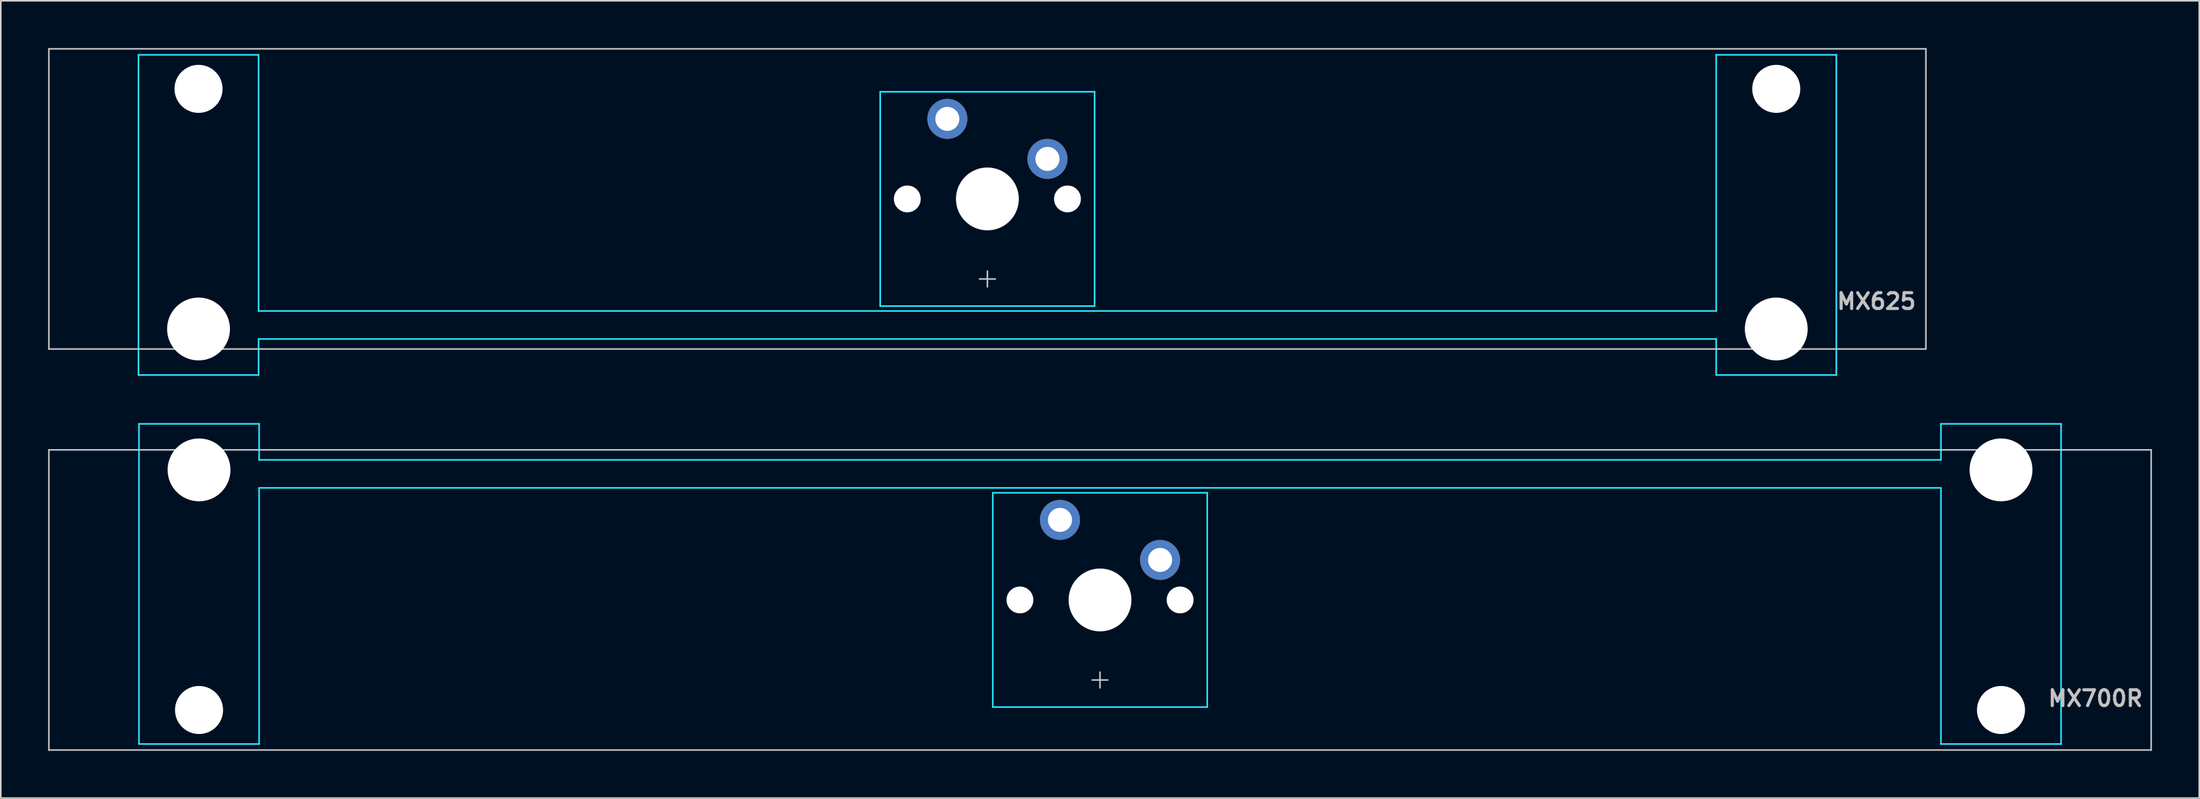
<source format=kicad_pcb>
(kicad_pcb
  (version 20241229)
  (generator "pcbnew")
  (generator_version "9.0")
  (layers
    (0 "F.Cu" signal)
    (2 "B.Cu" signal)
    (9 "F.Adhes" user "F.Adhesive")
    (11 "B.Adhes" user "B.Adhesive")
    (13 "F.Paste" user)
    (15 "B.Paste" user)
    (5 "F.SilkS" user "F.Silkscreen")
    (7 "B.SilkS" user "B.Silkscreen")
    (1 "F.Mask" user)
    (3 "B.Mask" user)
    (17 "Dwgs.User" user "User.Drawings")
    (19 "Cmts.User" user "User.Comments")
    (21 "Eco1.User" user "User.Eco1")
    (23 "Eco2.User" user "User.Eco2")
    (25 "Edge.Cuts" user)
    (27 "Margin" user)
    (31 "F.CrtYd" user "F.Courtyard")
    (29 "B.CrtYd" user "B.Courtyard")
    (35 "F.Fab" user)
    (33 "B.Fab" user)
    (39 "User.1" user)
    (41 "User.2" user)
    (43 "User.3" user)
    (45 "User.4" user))
  (footprint "MX700R"
    (layer "F.Cu")
    (at 66.725 35.027)
    (property "Reference" "MX700R" (at 66.25 6.25 0) (layer "Dwgs.User") (effects (font (size 1 1) (thickness 0.2)) (justify right)))
    (attr through_hole)
    (fp_line (start -66.675 -9.525) (end -66.675 9.525) (stroke (width 0.1) (type solid)) (layer "Dwgs.User"))
    (fp_line (start -66.675 -9.525) (end 66.675 -9.525) (stroke (width 0.1) (type solid)) (layer "Dwgs.User"))
    (fp_line (start -66.675 9.525) (end 66.675 9.525) (stroke (width 0.1) (type solid)) (layer "Dwgs.User"))
    (fp_line (start -0.5 5.08) (end 0.5 5.08) (stroke (width 0.1) (type solid)) (layer "Dwgs.User"))
    (fp_line (start 0 5.58) (end 0 4.58) (stroke (width 0.1) (type solid)) (layer "Dwgs.User"))
    (fp_line (start 66.675 -9.525) (end 66.675 9.525) (stroke (width 0.1) (type solid)) (layer "Dwgs.User"))
    (fp_line (start -60.65 -8.515) (end -60.65 5.485) (stroke (width 0.1) (type solid)) (layer "Eco1.User"))
    (fp_line (start -60.15 -9.015) (end -54.15 -9.015) (stroke (width 0.1) (type solid)) (layer "Eco1.User"))
    (fp_line (start -54.15 5.985) (end -60.15 5.985) (stroke (width 0.1) (type solid)) (layer "Eco1.User"))
    (fp_line (start -53.65 5.485) (end -53.65 -8.515) (stroke (width 0.1) (type solid)) (layer "Eco1.User"))
    (fp_line (start -7 -6.5) (end -7 6.5) (stroke (width 0.1) (type solid)) (layer "Eco1.User"))
    (fp_line (start -6.5 7) (end 6.5 7) (stroke (width 0.1) (type solid)) (layer "Eco1.User"))
    (fp_line (start 6.5 -7) (end -6.5 -7) (stroke (width 0.1) (type solid)) (layer "Eco1.User"))
    (fp_line (start 7 6.5) (end 7 -6.5) (stroke (width 0.1) (type solid)) (layer "Eco1.User"))
    (fp_line (start 53.65 -8.515) (end 53.65 5.485) (stroke (width 0.1) (type solid)) (layer "Eco1.User"))
    (fp_line (start 54.15 -9.015) (end 60.15 -9.015) (stroke (width 0.1) (type solid)) (layer "Eco1.User"))
    (fp_line (start 60.15 5.985) (end 54.15 5.985) (stroke (width 0.1) (type solid)) (layer "Eco1.User"))
    (fp_line (start 60.65 5.485) (end 60.65 -8.515) (stroke (width 0.1) (type solid)) (layer "Eco1.User"))
    (fp_arc (start -60.65 -8.515) (mid -60.503553 -8.868553) (end -60.15 -9.015) (stroke (width 0.1) (type solid)) (layer "Eco1.User"))
    (fp_arc (start -60.15 5.985) (mid -60.503553 5.838553) (end -60.65 5.485) (stroke (width 0.1) (type solid)) (layer "Eco1.User"))
    (fp_arc (start -54.15 -9.015) (mid -53.796447 -8.868553) (end -53.65 -8.515) (stroke (width 0.1) (type solid)) (layer "Eco1.User"))
    (fp_arc (start -53.65 5.485) (mid -53.796447 5.838553) (end -54.15 5.985) (stroke (width 0.1) (type solid)) (layer "Eco1.User"))
    (fp_arc (start -7 -6.5) (mid -6.853553 -6.853553) (end -6.5 -7) (stroke (width 0.1) (type solid)) (layer "Eco1.User"))
    (fp_arc (start -6.5 7) (mid -6.853553 6.853553) (end -7 6.5) (stroke (width 0.1) (type solid)) (layer "Eco1.User"))
    (fp_arc (start 6.5 -7) (mid 6.853553 -6.853553) (end 7 -6.5) (stroke (width 0.1) (type solid)) (layer "Eco1.User"))
    (fp_arc (start 7 6.5) (mid 6.853553 6.853553) (end 6.5 7) (stroke (width 0.1) (type solid)) (layer "Eco1.User"))
    (fp_arc (start 53.65 -8.515) (mid 53.796447 -8.868553) (end 54.15 -9.015) (stroke (width 0.1) (type solid)) (layer "Eco1.User"))
    (fp_arc (start 54.15 5.985) (mid 53.796447 5.838553) (end 53.65 5.485) (stroke (width 0.1) (type solid)) (layer "Eco1.User"))
    (fp_arc (start 60.15 -9.015) (mid 60.503553 -8.868553) (end 60.65 -8.515) (stroke (width 0.1) (type solid)) (layer "Eco1.User"))
    (fp_arc (start 60.65 5.485) (mid 60.503553 5.838553) (end 60.15 5.985) (stroke (width 0.1) (type solid)) (layer "Eco1.User"))
    (fp_line (start -60.96 9.144) (end -60.96 -11.176) (stroke (width 0.1) (type solid)) (layer "B.CrtYd"))
    (fp_line (start -53.34 -11.176) (end -60.96 -11.176) (stroke (width 0.1) (type solid)) (layer "B.CrtYd"))
    (fp_line (start -53.34 -8.89) (end -53.34 -11.176) (stroke (width 0.1) (type solid)) (layer "B.CrtYd"))
    (fp_line (start -53.34 -7.112) (end -53.34 9.144) (stroke (width 0.1) (type solid)) (layer "B.CrtYd"))
    (fp_line (start -53.34 9.144) (end -60.96 9.144) (stroke (width 0.1) (type solid)) (layer "B.CrtYd"))
    (fp_line (start -6.8 -6.8) (end -6.8 6.8) (stroke (width 0.1) (type solid)) (layer "B.CrtYd"))
    (fp_line (start -6.8 -6.8) (end 6.8 -6.8) (stroke (width 0.1) (type solid)) (layer "B.CrtYd"))
    (fp_line (start -6.8 6.8) (end 6.8 6.8) (stroke (width 0.1) (type solid)) (layer "B.CrtYd"))
    (fp_line (start 6.8 6.8) (end 6.8 -6.8) (stroke (width 0.1) (type solid)) (layer "B.CrtYd"))
    (fp_line (start 53.34 -8.89) (end -53.34 -8.89) (stroke (width 0.1) (type solid)) (layer "B.CrtYd"))
    (fp_line (start 53.34 -8.89) (end 53.34 -11.176) (stroke (width 0.1) (type solid)) (layer "B.CrtYd"))
    (fp_line (start 53.34 -7.112) (end -53.34 -7.112) (stroke (width 0.1) (type solid)) (layer "B.CrtYd"))
    (fp_line (start 53.34 -7.112) (end 53.34 9.144) (stroke (width 0.1) (type solid)) (layer "B.CrtYd"))
    (fp_line (start 60.96 -11.176) (end 53.34 -11.176) (stroke (width 0.1) (type solid)) (layer "B.CrtYd"))
    (fp_line (start 60.96 9.144) (end 53.34 9.144) (stroke (width 0.1) (type solid)) (layer "B.CrtYd"))
    (fp_line (start 60.96 9.144) (end 60.96 -11.176) (stroke (width 0.1) (type solid)) (layer "B.CrtYd"))
    (pad "" np_thru_hole circle (at -57.15 -8.255) (size 3.988 3.988) (drill 3.988) (layers "*.Cu" "*.Mask"))
    (pad "" np_thru_hole circle (at -57.15 6.985) (size 3.048 3.048) (drill 3.048) (layers "*.Cu" "*.Mask"))
    (pad "" np_thru_hole circle (at -5.08 0) (size 1.702 1.702) (drill 1.702) (layers "*.Cu" "*.Mask"))
    (pad "" connect circle (at -2.54 -5.08) (size 1.524 1.524) (layers "B.Mask"))
    (pad "" np_thru_hole circle (at 0 0) (size 3.988 3.988) (drill 3.988) (layers "*.Cu" "*.Mask"))
    (pad "" connect circle (at 3.81 -2.54) (size 1.524 1.524) (layers "B.Mask"))
    (pad "" np_thru_hole circle (at 5.08 0) (size 1.702 1.702) (drill 1.702) (layers "*.Cu" "*.Mask"))
    (pad "" np_thru_hole circle (at 57.15 -8.255) (size 3.988 3.988) (drill 3.988) (layers "*.Cu" "*.Mask"))
    (pad "" np_thru_hole circle (at 57.15 6.985) (size 3.048 3.048) (drill 3.048) (layers "*.Cu" "*.Mask"))
    (pad "1" thru_hole circle (at -2.54 -5.08) (size 2.54 2.54) (drill 1.524) (layers "*.Cu" "F.Mask"))
    (pad "2" thru_hole circle (at 3.81 -2.54) (size 2.54 2.54) (drill 1.524) (layers "*.Cu" "F.Mask")))
  (footprint "MX625"
    (layer "F.Cu")
    (at 59.581 9.575)
    (property "Reference" "MX625" (at 59 6.5 0) (layer "Dwgs.User") (effects (font (size 1 1) (thickness 0.2)) (justify right)))
    (attr through_hole)
    (fp_line (start -59.531 -9.525) (end -59.531 9.525) (stroke (width 0.1) (type solid)) (layer "Dwgs.User"))
    (fp_line (start -59.531 -9.525) (end 59.531 -9.525) (stroke (width 0.1) (type solid)) (layer "Dwgs.User"))
    (fp_line (start -59.531 9.525) (end 59.531 9.525) (stroke (width 0.1) (type solid)) (layer "Dwgs.User"))
    (fp_line (start -0.5 5.08) (end 0.5 5.08) (stroke (width 0.1) (type solid)) (layer "Dwgs.User"))
    (fp_line (start 0 5.58) (end 0 4.58) (stroke (width 0.1) (type solid)) (layer "Dwgs.User"))
    (fp_line (start 59.531 -9.525) (end 59.531 9.525) (stroke (width 0.1) (type solid)) (layer "Dwgs.User"))
    (fp_line (start -53.538 -5.485) (end -53.538 8.515) (stroke (width 0.1) (type solid)) (layer "Eco1.User"))
    (fp_line (start -53.038 -5.985) (end -47.038 -5.985) (stroke (width 0.1) (type solid)) (layer "Eco1.User"))
    (fp_line (start -47.038 9.015) (end -53.038 9.015) (stroke (width 0.1) (type solid)) (layer "Eco1.User"))
    (fp_line (start -46.538 8.515) (end -46.538 -5.485) (stroke (width 0.1) (type solid)) (layer "Eco1.User"))
    (fp_line (start -7 -6.5) (end -7 6.5) (stroke (width 0.1) (type solid)) (layer "Eco1.User"))
    (fp_line (start -6.5 7) (end 6.5 7) (stroke (width 0.1) (type solid)) (layer "Eco1.User"))
    (fp_line (start 6.5 -7) (end -6.5 -7) (stroke (width 0.1) (type solid)) (layer "Eco1.User"))
    (fp_line (start 7 6.5) (end 7 -6.5) (stroke (width 0.1) (type solid)) (layer "Eco1.User"))
    (fp_line (start 46.538 -5.485) (end 46.538 8.515) (stroke (width 0.1) (type solid)) (layer "Eco1.User"))
    (fp_line (start 47.038 -5.985) (end 53.038 -5.985) (stroke (width 0.1) (type solid)) (layer "Eco1.User"))
    (fp_line (start 53.038 9.015) (end 47.038 9.015) (stroke (width 0.1) (type solid)) (layer "Eco1.User"))
    (fp_line (start 53.538 8.515) (end 53.538 -5.485) (stroke (width 0.1) (type solid)) (layer "Eco1.User"))
    (fp_arc (start -53.538 -5.485) (mid -53.391553 -5.838553) (end -53.038 -5.985) (stroke (width 0.1) (type solid)) (layer "Eco1.User"))
    (fp_arc (start -53.038 9.015) (mid -53.391553 8.868553) (end -53.538 8.515) (stroke (width 0.1) (type solid)) (layer "Eco1.User"))
    (fp_arc (start -47.038 -5.985) (mid -46.684447 -5.838553) (end -46.538 -5.485) (stroke (width 0.1) (type solid)) (layer "Eco1.User"))
    (fp_arc (start -46.538 8.515) (mid -46.684447 8.868553) (end -47.038 9.015) (stroke (width 0.1) (type solid)) (layer "Eco1.User"))
    (fp_arc (start -7 -6.5) (mid -6.853553 -6.853553) (end -6.5 -7) (stroke (width 0.1) (type solid)) (layer "Eco1.User"))
    (fp_arc (start -6.5 7) (mid -6.853553 6.853553) (end -7 6.5) (stroke (width 0.1) (type solid)) (layer "Eco1.User"))
    (fp_arc (start 6.5 -7) (mid 6.853553 -6.853553) (end 7 -6.5) (stroke (width 0.1) (type solid)) (layer "Eco1.User"))
    (fp_arc (start 7 6.5) (mid 6.853553 6.853553) (end 6.5 7) (stroke (width 0.1) (type solid)) (layer "Eco1.User"))
    (fp_arc (start 46.538 -5.485) (mid 46.684447 -5.838553) (end 47.038 -5.985) (stroke (width 0.1) (type solid)) (layer "Eco1.User"))
    (fp_arc (start 47.038 9.015) (mid 46.684447 8.868553) (end 46.538 8.515) (stroke (width 0.1) (type solid)) (layer "Eco1.User"))
    (fp_arc (start 53.038 -5.985) (mid 53.391553 -5.838553) (end 53.538 -5.485) (stroke (width 0.1) (type solid)) (layer "Eco1.User"))
    (fp_arc (start 53.538 8.515) (mid 53.391553 8.868553) (end 53.038 9.015) (stroke (width 0.1) (type solid)) (layer "Eco1.User"))
    (fp_line (start -53.848 -9.144) (end -53.848 11.176) (stroke (width 0.1) (type solid)) (layer "B.CrtYd"))
    (fp_line (start -53.848 -9.144) (end -46.228 -9.144) (stroke (width 0.1) (type solid)) (layer "B.CrtYd"))
    (fp_line (start -53.848 11.176) (end -46.228 11.176) (stroke (width 0.1) (type solid)) (layer "B.CrtYd"))
    (fp_line (start -46.228 7.112) (end -46.228 -9.144) (stroke (width 0.1) (type solid)) (layer "B.CrtYd"))
    (fp_line (start -46.228 7.112) (end 46.228 7.112) (stroke (width 0.1) (type solid)) (layer "B.CrtYd"))
    (fp_line (start -46.228 8.89) (end -46.228 11.176) (stroke (width 0.1) (type solid)) (layer "B.CrtYd"))
    (fp_line (start -46.228 8.89) (end 46.228 8.89) (stroke (width 0.1) (type solid)) (layer "B.CrtYd"))
    (fp_line (start -6.8 -6.8) (end -6.8 6.8) (stroke (width 0.1) (type solid)) (layer "B.CrtYd"))
    (fp_line (start -6.8 -6.8) (end 6.8 -6.8) (stroke (width 0.1) (type solid)) (layer "B.CrtYd"))
    (fp_line (start -6.8 6.8) (end 6.8 6.8) (stroke (width 0.1) (type solid)) (layer "B.CrtYd"))
    (fp_line (start 6.8 6.8) (end 6.8 -6.8) (stroke (width 0.1) (type solid)) (layer "B.CrtYd"))
    (fp_line (start 46.228 -9.144) (end 53.848 -9.144) (stroke (width 0.1) (type solid)) (layer "B.CrtYd"))
    (fp_line (start 46.228 7.112) (end 46.228 -9.144) (stroke (width 0.1) (type solid)) (layer "B.CrtYd"))
    (fp_line (start 46.228 8.89) (end 46.228 11.176) (stroke (width 0.1) (type solid)) (layer "B.CrtYd"))
    (fp_line (start 46.228 11.176) (end 53.848 11.176) (stroke (width 0.1) (type solid)) (layer "B.CrtYd"))
    (fp_line (start 53.848 -9.144) (end 53.848 11.176) (stroke (width 0.1) (type solid)) (layer "B.CrtYd"))
    (pad "" np_thru_hole circle (at -50.038 -6.985 180) (size 3.048 3.048) (drill 3.048) (layers "*.Cu" "*.Mask"))
    (pad "" np_thru_hole circle (at -50.038 8.255 180) (size 3.988 3.988) (drill 3.988) (layers "*.Cu" "*.Mask"))
    (pad "" np_thru_hole circle (at -5.08 0) (size 1.702 1.702) (drill 1.702) (layers "*.Cu" "*.Mask"))
    (pad "" connect circle (at -2.54 -5.08) (size 1.524 1.524) (layers "B.Mask"))
    (pad "" np_thru_hole circle (at 0 0) (size 3.988 3.988) (drill 3.988) (layers "*.Cu" "*.Mask"))
    (pad "" connect circle (at 3.81 -2.54) (size 1.524 1.524) (layers "B.Mask"))
    (pad "" np_thru_hole circle (at 5.08 0) (size 1.702 1.702) (drill 1.702) (layers "*.Cu" "*.Mask"))
    (pad "" np_thru_hole circle (at 50.038 -6.985 180) (size 3.048 3.048) (drill 3.048) (layers "*.Cu" "*.Mask"))
    (pad "" np_thru_hole circle (at 50.038 8.255 180) (size 3.988 3.988) (drill 3.988) (layers "*.Cu" "*.Mask"))
    (pad "1" thru_hole circle (at -2.54 -5.08) (size 2.54 2.54) (drill 1.524) (layers "*.Cu" "F.Mask"))
    (pad "2" thru_hole circle (at 3.81 -2.54) (size 2.54 2.54) (drill 1.524) (layers "*.Cu" "F.Mask")))
  (gr_rect
    (start -3 -3)
    (end 136.45 47.602)
    (stroke (width 0.1) (type default))
    (fill no)
    (layer "Edge.Cuts")))
</source>
